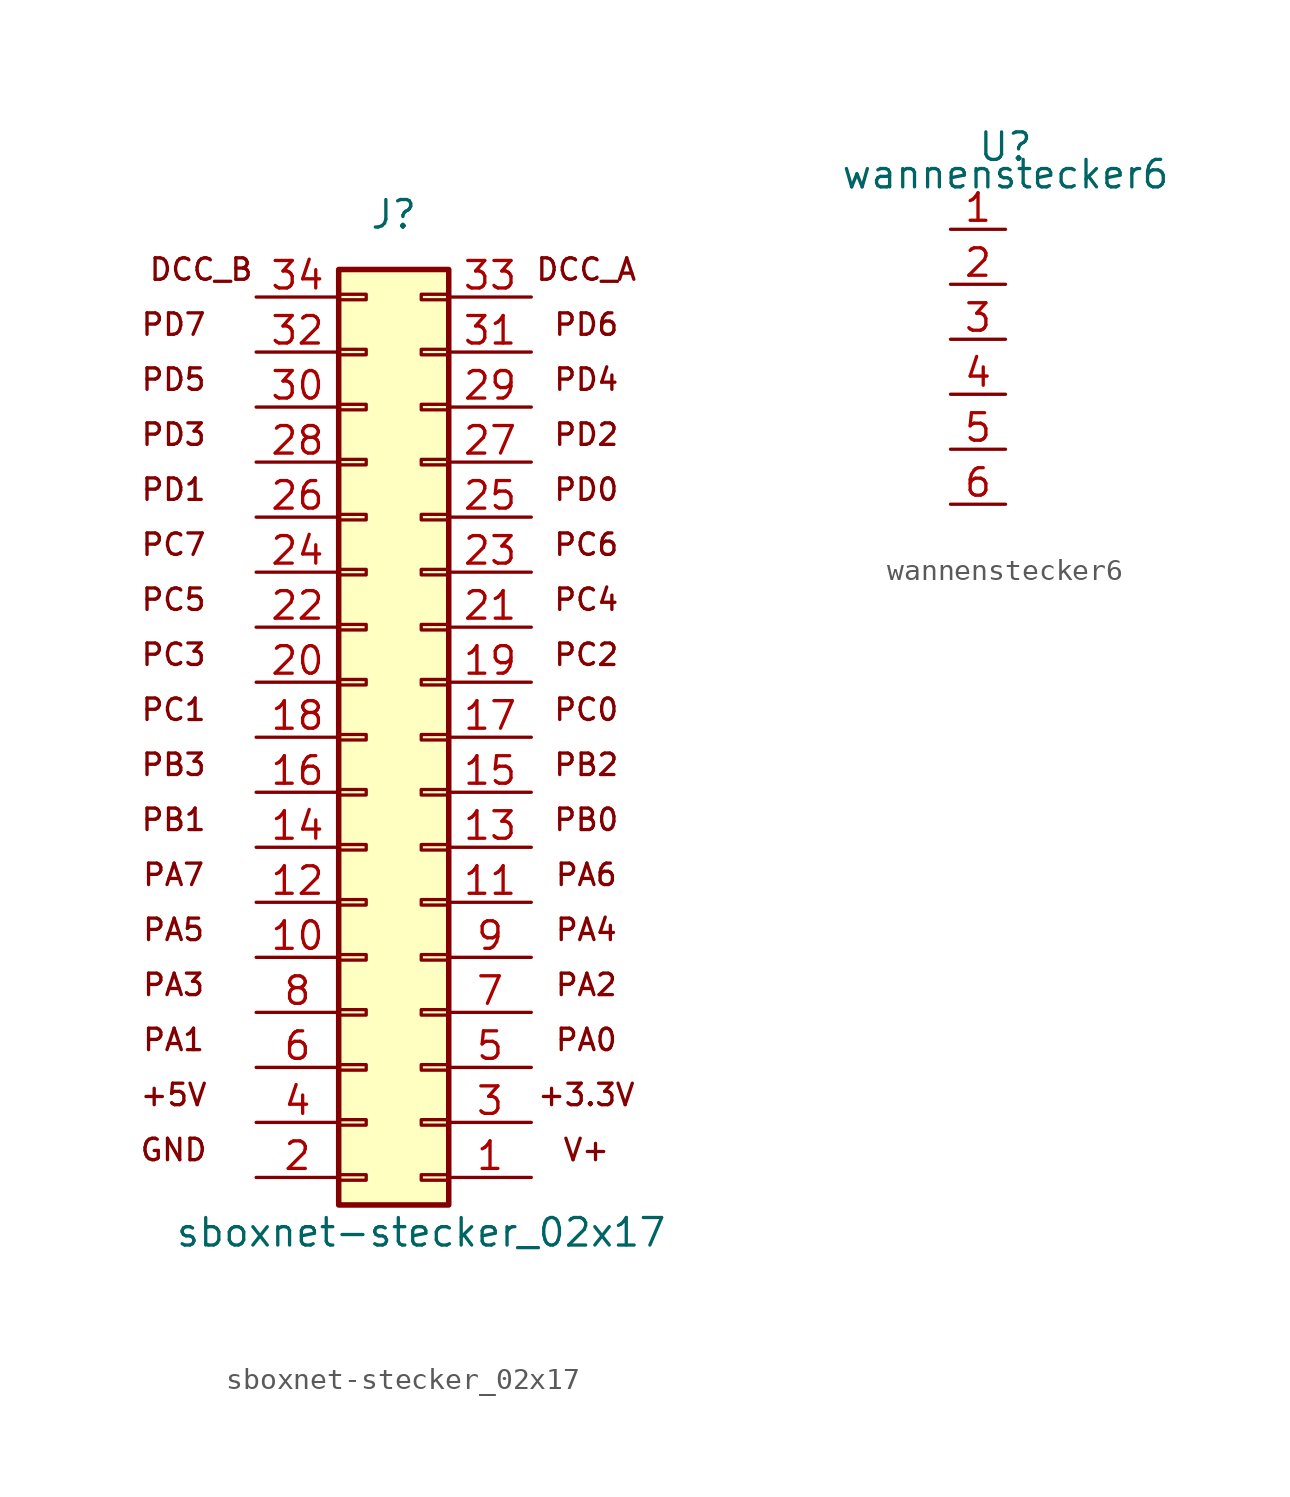
<source format=kicad_sym>
(kicad_symbol_lib
  (version 20211014)
  (generator kicad_symbol_editor)
  (symbol "sboxnet-stecker_02x17"
    (pin_names
      (offset 1.016) hide)
    (property "Reference" "J"
      (at 0 24.13 0)
      (effects (font (size 1.27 1.27))))
    (property "Value" "sboxnet-stecker_02x17"
      (at 1.27 -22.86 0)
      (effects (font (size 1.27 1.27))))
    (symbol "sboxnet-stecker_02x17_0_0"
      (text "+3.3V" (at 8.89 -16.51 0) (effects (font (size 0.991 0.991))))
      (text "+5V" (at -10.16 -16.51 0) (effects (font (size 0.991 0.991))))
      (text "DCC_A" (at 8.89 21.59 0) (effects (font (size 0.991 0.991))))
      (text "DCC_B" (at -8.89 21.59 0) (effects (font (size 0.991 0.991))))
      (text "GND" (at -10.16 -19.05 0) (effects (font (size 0.991 0.991))))
      (text "PA0" (at 8.89 -13.97 0) (effects (font (size 0.991 0.991))))
      (text "PA1" (at -10.16 -13.97 0) (effects (font (size 0.991 0.991))))
      (text "PA2" (at 8.89 -11.43 0) (effects (font (size 0.991 0.991))))
      (text "PA3" (at -10.16 -11.43 0) (effects (font (size 0.991 0.991))))
      (text "PA4" (at 8.89 -8.89 0) (effects (font (size 0.991 0.991))))
      (text "PA5" (at -10.16 -8.89 0) (effects (font (size 0.991 0.991))))
      (text "PA6" (at 8.89 -6.35 0) (effects (font (size 0.991 0.991))))
      (text "PA7" (at -10.16 -6.35 0) (effects (font (size 0.991 0.991))))
      (text "PB0" (at 8.89 -3.81 0) (effects (font (size 0.991 0.991))))
      (text "PB1" (at -10.16 -3.81 0) (effects (font (size 0.991 0.991))))
      (text "PB2" (at 8.89 -1.27 0) (effects (font (size 0.991 0.991))))
      (text "PB3" (at -10.16 -1.27 0) (effects (font (size 0.991 0.991))))
      (text "PC0" (at 8.89 1.27 0) (effects (font (size 0.991 0.991))))
      (text "PC1" (at -10.16 1.27 0) (effects (font (size 0.991 0.991))))
      (text "PC2" (at 8.89 3.81 0) (effects (font (size 0.991 0.991))))
      (text "PC3" (at -10.16 3.81 0) (effects (font (size 0.991 0.991))))
      (text "PC4" (at 8.89 6.35 0) (effects (font (size 0.991 0.991))))
      (text "PC5" (at -10.16 6.35 0) (effects (font (size 0.991 0.991))))
      (text "PC6" (at 8.89 8.89 0) (effects (font (size 0.991 0.991))))
      (text "PC7" (at -10.16 8.89 0) (effects (font (size 0.991 0.991))))
      (text "PD0" (at 8.89 11.43 0) (effects (font (size 0.991 0.991))))
      (text "PD1" (at -10.16 11.43 0) (effects (font (size 0.991 0.991))))
      (text "PD2" (at 8.89 13.97 0) (effects (font (size 0.991 0.991))))
      (text "PD3" (at -10.16 13.97 0) (effects (font (size 0.991 0.991))))
      (text "PD4" (at 8.89 16.51 0) (effects (font (size 0.991 0.991))))
      (text "PD5" (at -10.16 16.51 0) (effects (font (size 0.991 0.991))))
      (text "PD6" (at 8.89 19.05 0) (effects (font (size 0.991 0.991))))
      (text "PD7" (at -10.16 19.05 0) (effects (font (size 0.991 0.991))))
      (text "V+" (at 8.89 -19.05 0) (effects (font (size 0.991 0.991)))))
    (symbol "sboxnet-stecker_02x17_1_1"
      (rectangle (start -2.54 -21.59) (end 2.54 21.59) (stroke (width 0.254) (type default) (color 0 0 0 0)) (fill (type background)))
      (rectangle (start -2.54 -20.447) (end -1.27 -20.193) (stroke (width 0.152) (type default) (color 0 0 0 0)) (fill (type none)))
      (rectangle (start -2.54 -17.907) (end -1.27 -17.653) (stroke (width 0.152) (type default) (color 0 0 0 0)) (fill (type none)))
      (rectangle (start -2.54 -15.367) (end -1.27 -15.113) (stroke (width 0.152) (type default) (color 0 0 0 0)) (fill (type none)))
      (rectangle (start -2.54 -12.827) (end -1.27 -12.573) (stroke (width 0.152) (type default) (color 0 0 0 0)) (fill (type none)))
      (rectangle (start -2.54 -10.287) (end -1.27 -10.033) (stroke (width 0.152) (type default) (color 0 0 0 0)) (fill (type none)))
      (rectangle (start -2.54 -7.747) (end -1.27 -7.493) (stroke (width 0.152) (type default) (color 0 0 0 0)) (fill (type none)))
      (rectangle (start -2.54 -5.207) (end -1.27 -4.953) (stroke (width 0.152) (type default) (color 0 0 0 0)) (fill (type none)))
      (rectangle (start -2.54 -2.667) (end -1.27 -2.413) (stroke (width 0.152) (type default) (color 0 0 0 0)) (fill (type none)))
      (rectangle (start -2.54 -0.127) (end -1.27 0.127) (stroke (width 0.152) (type default) (color 0 0 0 0)) (fill (type none)))
      (rectangle (start -2.54 2.413) (end -1.27 2.667) (stroke (width 0.152) (type default) (color 0 0 0 0)) (fill (type none)))
      (rectangle (start -2.54 4.953) (end -1.27 5.207) (stroke (width 0.152) (type default) (color 0 0 0 0)) (fill (type none)))
      (rectangle (start -2.54 7.493) (end -1.27 7.747) (stroke (width 0.152) (type default) (color 0 0 0 0)) (fill (type none)))
      (rectangle (start -2.54 10.033) (end -1.27 10.287) (stroke (width 0.152) (type default) (color 0 0 0 0)) (fill (type none)))
      (rectangle (start -2.54 12.573) (end -1.27 12.827) (stroke (width 0.152) (type default) (color 0 0 0 0)) (fill (type none)))
      (rectangle (start -2.54 15.113) (end -1.27 15.367) (stroke (width 0.152) (type default) (color 0 0 0 0)) (fill (type none)))
      (rectangle (start -2.54 17.653) (end -1.27 17.907) (stroke (width 0.152) (type default) (color 0 0 0 0)) (fill (type none)))
      (rectangle (start -2.54 20.193) (end -1.27 20.447) (stroke (width 0.152) (type default) (color 0 0 0 0)) (fill (type none)))
      (rectangle (start 2.54 -20.447) (end 1.27 -20.193) (stroke (width 0.152) (type default) (color 0 0 0 0)) (fill (type none)))
      (rectangle (start 2.54 -17.907) (end 1.27 -17.653) (stroke (width 0.152) (type default) (color 0 0 0 0)) (fill (type none)))
      (rectangle (start 2.54 -15.367) (end 1.27 -15.113) (stroke (width 0.152) (type default) (color 0 0 0 0)) (fill (type none)))
      (rectangle (start 2.54 -12.827) (end 1.27 -12.573) (stroke (width 0.152) (type default) (color 0 0 0 0)) (fill (type none)))
      (rectangle (start 2.54 -10.287) (end 1.27 -10.033) (stroke (width 0.152) (type default) (color 0 0 0 0)) (fill (type none)))
      (rectangle (start 2.54 -7.747) (end 1.27 -7.493) (stroke (width 0.152) (type default) (color 0 0 0 0)) (fill (type none)))
      (rectangle (start 2.54 -5.207) (end 1.27 -4.953) (stroke (width 0.152) (type default) (color 0 0 0 0)) (fill (type none)))
      (rectangle (start 2.54 -2.667) (end 1.27 -2.413) (stroke (width 0.152) (type default) (color 0 0 0 0)) (fill (type none)))
      (rectangle (start 2.54 -0.127) (end 1.27 0.127) (stroke (width 0.152) (type default) (color 0 0 0 0)) (fill (type none)))
      (rectangle (start 2.54 2.413) (end 1.27 2.667) (stroke (width 0.152) (type default) (color 0 0 0 0)) (fill (type none)))
      (rectangle (start 2.54 4.953) (end 1.27 5.207) (stroke (width 0.152) (type default) (color 0 0 0 0)) (fill (type none)))
      (rectangle (start 2.54 7.493) (end 1.27 7.747) (stroke (width 0.152) (type default) (color 0 0 0 0)) (fill (type none)))
      (rectangle (start 2.54 10.033) (end 1.27 10.287) (stroke (width 0.152) (type default) (color 0 0 0 0)) (fill (type none)))
      (rectangle (start 2.54 12.573) (end 1.27 12.827) (stroke (width 0.152) (type default) (color 0 0 0 0)) (fill (type none)))
      (rectangle (start 2.54 15.113) (end 1.27 15.367) (stroke (width 0.152) (type default) (color 0 0 0 0)) (fill (type none)))
      (rectangle (start 2.54 17.653) (end 1.27 17.907) (stroke (width 0.152) (type default) (color 0 0 0 0)) (fill (type none)))
      (rectangle (start 2.54 20.193) (end 1.27 20.447) (stroke (width 0.152) (type default) (color 0 0 0 0)) (fill (type none)))
      (pin passive line (at 6.35 -20.32 180) (length 3.81) (name "Pin_1" (effects (font (size 1.27 1.27)))) (number "1" (effects (font (size 1.27 1.27)))))
      (pin passive line (at -6.35 -10.16 0) (length 3.81) (name "Pin_10" (effects (font (size 1.27 1.27)))) (number "10" (effects (font (size 1.27 1.27)))))
      (pin passive line (at 6.35 -7.62 180) (length 3.81) (name "Pin_11" (effects (font (size 1.27 1.27)))) (number "11" (effects (font (size 1.27 1.27)))))
      (pin passive line (at -6.35 -7.62 0) (length 3.81) (name "Pin_12" (effects (font (size 1.27 1.27)))) (number "12" (effects (font (size 1.27 1.27)))))
      (pin passive line (at 6.35 -5.08 180) (length 3.81) (name "Pin_13" (effects (font (size 1.27 1.27)))) (number "13" (effects (font (size 1.27 1.27)))))
      (pin passive line (at -6.35 -5.08 0) (length 3.81) (name "Pin_14" (effects (font (size 1.27 1.27)))) (number "14" (effects (font (size 1.27 1.27)))))
      (pin passive line (at 6.35 -2.54 180) (length 3.81) (name "Pin_15" (effects (font (size 1.27 1.27)))) (number "15" (effects (font (size 1.27 1.27)))))
      (pin passive line (at -6.35 -2.54 0) (length 3.81) (name "Pin_16" (effects (font (size 1.27 1.27)))) (number "16" (effects (font (size 1.27 1.27)))))
      (pin passive line (at 6.35 0 180) (length 3.81) (name "Pin_17" (effects (font (size 1.27 1.27)))) (number "17" (effects (font (size 1.27 1.27)))))
      (pin passive line (at -6.35 0 0) (length 3.81) (name "Pin_18" (effects (font (size 1.27 1.27)))) (number "18" (effects (font (size 1.27 1.27)))))
      (pin passive line (at 6.35 2.54 180) (length 3.81) (name "Pin_19" (effects (font (size 1.27 1.27)))) (number "19" (effects (font (size 1.27 1.27)))))
      (pin passive line (at -6.35 -20.32 0) (length 3.81) (name "Pin_2" (effects (font (size 1.27 1.27)))) (number "2" (effects (font (size 1.27 1.27)))))
      (pin passive line (at -6.35 2.54 0) (length 3.81) (name "Pin_20" (effects (font (size 1.27 1.27)))) (number "20" (effects (font (size 1.27 1.27)))))
      (pin passive line (at 6.35 5.08 180) (length 3.81) (name "Pin_21" (effects (font (size 1.27 1.27)))) (number "21" (effects (font (size 1.27 1.27)))))
      (pin passive line (at -6.35 5.08 0) (length 3.81) (name "Pin_22" (effects (font (size 1.27 1.27)))) (number "22" (effects (font (size 1.27 1.27)))))
      (pin passive line (at 6.35 7.62 180) (length 3.81) (name "Pin_23" (effects (font (size 1.27 1.27)))) (number "23" (effects (font (size 1.27 1.27)))))
      (pin passive line (at -6.35 7.62 0) (length 3.81) (name "Pin_24" (effects (font (size 1.27 1.27)))) (number "24" (effects (font (size 1.27 1.27)))))
      (pin passive line (at 6.35 10.16 180) (length 3.81) (name "Pin_25" (effects (font (size 1.27 1.27)))) (number "25" (effects (font (size 1.27 1.27)))))
      (pin passive line (at -6.35 10.16 0) (length 3.81) (name "Pin_26" (effects (font (size 1.27 1.27)))) (number "26" (effects (font (size 1.27 1.27)))))
      (pin passive line (at 6.35 12.7 180) (length 3.81) (name "Pin_27" (effects (font (size 1.27 1.27)))) (number "27" (effects (font (size 1.27 1.27)))))
      (pin passive line (at -6.35 12.7 0) (length 3.81) (name "Pin_28" (effects (font (size 1.27 1.27)))) (number "28" (effects (font (size 1.27 1.27)))))
      (pin passive line (at 6.35 15.24 180) (length 3.81) (name "Pin_29" (effects (font (size 1.27 1.27)))) (number "29" (effects (font (size 1.27 1.27)))))
      (pin passive line (at 6.35 -17.78 180) (length 3.81) (name "Pin_3" (effects (font (size 1.27 1.27)))) (number "3" (effects (font (size 1.27 1.27)))))
      (pin passive line (at -6.35 15.24 0) (length 3.81) (name "Pin_30" (effects (font (size 1.27 1.27)))) (number "30" (effects (font (size 1.27 1.27)))))
      (pin passive line (at 6.35 17.78 180) (length 3.81) (name "Pin_31" (effects (font (size 1.27 1.27)))) (number "31" (effects (font (size 1.27 1.27)))))
      (pin passive line (at -6.35 17.78 0) (length 3.81) (name "PD7" (effects (font (size 1.27 1.27)))) (number "32" (effects (font (size 1.27 1.27)))))
      (pin passive line (at 6.35 20.32 180) (length 3.81) (name "Pin_33" (effects (font (size 1.27 1.27)))) (number "33" (effects (font (size 1.27 1.27)))))
      (pin passive line (at -6.35 20.32 0) (length 3.81) (name "Pin_34" (effects (font (size 1.27 1.27)))) (number "34" (effects (font (size 1.27 1.27)))))
      (pin passive line (at -6.35 -17.78 0) (length 3.81) (name "Pin_4" (effects (font (size 1.27 1.27)))) (number "4" (effects (font (size 1.27 1.27)))))
      (pin passive line (at 6.35 -15.24 180) (length 3.81) (name "Pin_5" (effects (font (size 1.27 1.27)))) (number "5" (effects (font (size 1.27 1.27)))))
      (pin passive line (at -6.35 -15.24 0) (length 3.81) (name "Pin_6" (effects (font (size 1.27 1.27)))) (number "6" (effects (font (size 1.27 1.27)))))
      (pin passive line (at 6.35 -12.7 180) (length 3.81) (name "Pin_7" (effects (font (size 1.27 1.27)))) (number "7" (effects (font (size 1.27 1.27)))))
      (pin passive line (at -6.35 -12.7 0) (length 3.81) (name "Pin_8" (effects (font (size 1.27 1.27)))) (number "8" (effects (font (size 1.27 1.27)))))
      (pin passive line (at 6.35 -10.16 180) (length 3.81) (name "Pin_9" (effects (font (size 1.27 1.27)))) (number "9" (effects (font (size 1.27 1.27)))))))
  (symbol "wannenstecker6"
    (pin_names
      (offset 1.016))
    (property "Reference" "U"
      (at 0 0 0)
      (effects (font (size 1.27 1.27))))
    (property "Value" "wannenstecker6"
      (at 0 -1.27 0)
      (effects (font (size 1.27 1.27))))
    (symbol "wannenstecker6_1_1"
      (pin bidirectional line (at 0 -3.81 180) (length 2.54) (name "~" (effects (font (size 1.27 1.27)))) (number "1" (effects (font (size 1.27 1.27)))))
      (pin bidirectional line (at 0 -6.35 180) (length 2.54) (name "~" (effects (font (size 1.27 1.27)))) (number "2" (effects (font (size 1.27 1.27)))))
      (pin bidirectional line (at 0 -8.89 180) (length 2.54) (name "~" (effects (font (size 1.27 1.27)))) (number "3" (effects (font (size 1.27 1.27)))))
      (pin bidirectional line (at 0 -11.43 180) (length 2.54) (name "~" (effects (font (size 1.27 1.27)))) (number "4" (effects (font (size 1.27 1.27)))))
      (pin bidirectional line (at 0 -13.97 180) (length 2.54) (name "~" (effects (font (size 1.27 1.27)))) (number "5" (effects (font (size 1.27 1.27)))))
      (pin bidirectional line (at 0 -16.51 180) (length 2.54) (name "~" (effects (font (size 1.27 1.27)))) (number "6" (effects (font (size 1.27 1.27))))))))
</source>
